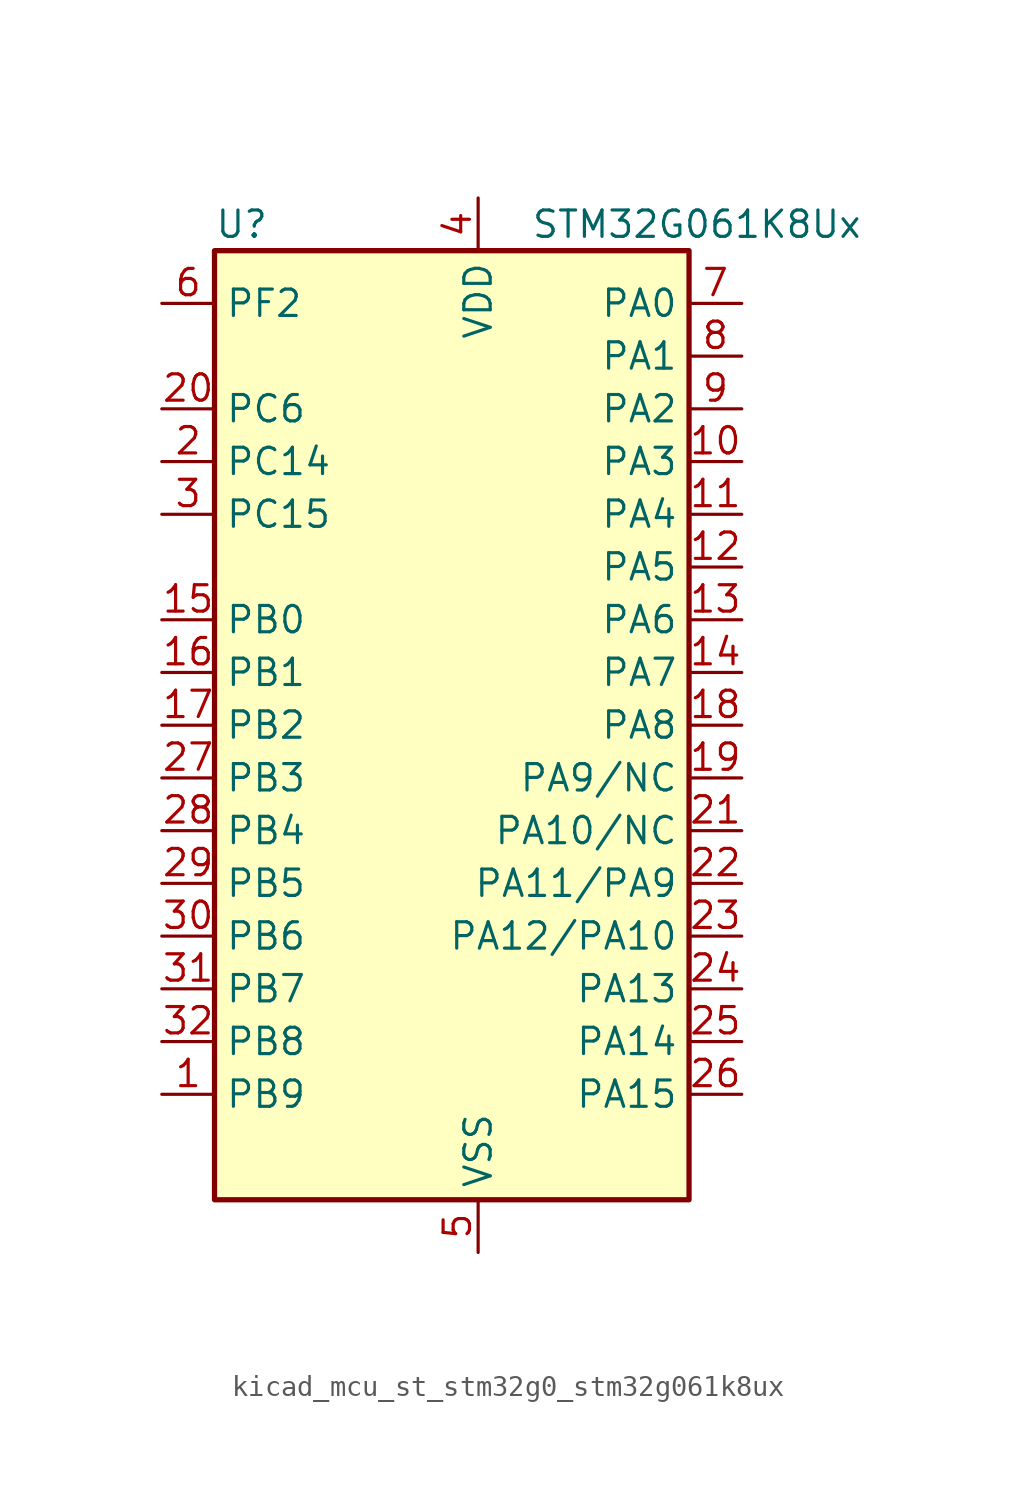
<source format=kicad_sym>
(kicad_symbol_lib
  (version 20220914)
  (generator kicad_symbol_editor)
  (symbol "kicad_mcu_st_stm32g0_stm32g061k8ux"
    (property "Reference" "U"
      (at -10.16 24.13 0)
      (effects (font (size 1.27 1.27)) (justify left)))
    (property "Value" "STM32G061K8Ux"
      (at 5.08 24.13 0)
      (effects (font (size 1.27 1.27)) (justify left)))
    (property "ki_locked" ""
      (at 0 0 0)
      (effects (font (size 1.27 1.27))))
    (symbol "kicad_mcu_st_stm32g0_stm32g061k8ux_0_1"
      (rectangle (start -10.16 -22.86) (end 12.7 22.86) (stroke (width 0.254) (type default)) (fill (type background))))
    (symbol "kicad_mcu_st_stm32g0_stm32g061k8ux_1_1"
      (pin bidirectional line (at -12.7 -17.78 0) (length 2.54) (name "PB9" (effects (font (size 1.27 1.27)))) (number "1" (effects (font (size 1.27 1.27)))) (alternate "DAC1_EXTI9" bidirectional line) (alternate "I2C1_SDA" bidirectional line) (alternate "IR_OUT" bidirectional line) (alternate "SPI2_NSS" bidirectional line) (alternate "TIM17_CH1" bidirectional line))
      (pin bidirectional line (at 15.24 12.7 180) (length 2.54) (name "PA3" (effects (font (size 1.27 1.27)))) (number "10" (effects (font (size 1.27 1.27)))) (alternate "ADC1_IN3" bidirectional line) (alternate "COMP2_INP" bidirectional line) (alternate "LPUART1_RX" bidirectional line) (alternate "SPI2_MISO" bidirectional line) (alternate "TIM15_CH2" bidirectional line) (alternate "TIM2_CH4" bidirectional line) (alternate "USART2_RX" bidirectional line))
      (pin bidirectional line (at 15.24 10.16 180) (length 2.54) (name "PA4" (effects (font (size 1.27 1.27)))) (number "11" (effects (font (size 1.27 1.27)))) (alternate "ADC1_IN4" bidirectional line) (alternate "DAC1_OUT1" bidirectional line) (alternate "I2S1_WS" bidirectional line) (alternate "LPTIM2_OUT" bidirectional line) (alternate "RTC_OUT1" bidirectional line) (alternate "RTC_TAMP_IN1" bidirectional line) (alternate "RTC_TS" bidirectional line) (alternate "SPI1_NSS" bidirectional line) (alternate "SPI2_MOSI" bidirectional line) (alternate "SYS_WKUP2" bidirectional line) (alternate "TIM14_CH1" bidirectional line))
      (pin bidirectional line (at 15.24 7.62 180) (length 2.54) (name "PA5" (effects (font (size 1.27 1.27)))) (number "12" (effects (font (size 1.27 1.27)))) (alternate "ADC1_IN5" bidirectional line) (alternate "DAC1_OUT2" bidirectional line) (alternate "I2S1_CK" bidirectional line) (alternate "LPTIM2_ETR" bidirectional line) (alternate "SPI1_SCK" bidirectional line) (alternate "TIM2_CH1" bidirectional line) (alternate "TIM2_ETR" bidirectional line))
      (pin bidirectional line (at 15.24 5.08 180) (length 2.54) (name "PA6" (effects (font (size 1.27 1.27)))) (number "13" (effects (font (size 1.27 1.27)))) (alternate "ADC1_IN6" bidirectional line) (alternate "COMP1_OUT" bidirectional line) (alternate "I2S1_MCK" bidirectional line) (alternate "LPUART1_CTS" bidirectional line) (alternate "SPI1_MISO" bidirectional line) (alternate "TIM16_CH1" bidirectional line) (alternate "TIM1_BK" bidirectional line) (alternate "TIM3_CH1" bidirectional line))
      (pin bidirectional line (at 15.24 2.54 180) (length 2.54) (name "PA7" (effects (font (size 1.27 1.27)))) (number "14" (effects (font (size 1.27 1.27)))) (alternate "ADC1_IN7" bidirectional line) (alternate "COMP2_OUT" bidirectional line) (alternate "I2S1_SD" bidirectional line) (alternate "SPI1_MOSI" bidirectional line) (alternate "TIM14_CH1" bidirectional line) (alternate "TIM17_CH1" bidirectional line) (alternate "TIM1_CH1N" bidirectional line) (alternate "TIM3_CH2" bidirectional line))
      (pin bidirectional line (at -12.7 5.08 0) (length 2.54) (name "PB0" (effects (font (size 1.27 1.27)))) (number "15" (effects (font (size 1.27 1.27)))) (alternate "ADC1_IN8" bidirectional line) (alternate "COMP1_OUT" bidirectional line) (alternate "I2S1_WS" bidirectional line) (alternate "LPTIM1_OUT" bidirectional line) (alternate "SPI1_NSS" bidirectional line) (alternate "TIM1_CH2N" bidirectional line) (alternate "TIM3_CH3" bidirectional line))
      (pin bidirectional line (at -12.7 2.54 0) (length 2.54) (name "PB1" (effects (font (size 1.27 1.27)))) (number "16" (effects (font (size 1.27 1.27)))) (alternate "ADC1_IN9" bidirectional line) (alternate "COMP1_INM" bidirectional line) (alternate "LPTIM2_IN1" bidirectional line) (alternate "LPUART1_DE" bidirectional line) (alternate "LPUART1_RTS" bidirectional line) (alternate "TIM14_CH1" bidirectional line) (alternate "TIM1_CH3N" bidirectional line) (alternate "TIM3_CH4" bidirectional line))
      (pin bidirectional line (at -12.7 0 0) (length 2.54) (name "PB2" (effects (font (size 1.27 1.27)))) (number "17" (effects (font (size 1.27 1.27)))) (alternate "ADC1_IN10" bidirectional line) (alternate "COMP1_INP" bidirectional line) (alternate "LPTIM1_OUT" bidirectional line) (alternate "SPI2_MISO" bidirectional line))
      (pin bidirectional line (at 15.24 0 180) (length 2.54) (name "PA8" (effects (font (size 1.27 1.27)))) (number "18" (effects (font (size 1.27 1.27)))) (alternate "LPTIM2_OUT" bidirectional line) (alternate "RCC_MCO" bidirectional line) (alternate "SPI2_NSS" bidirectional line) (alternate "TIM1_CH1" bidirectional line))
      (pin bidirectional line (at 15.24 -2.54 180) (length 2.54) (name "PA9/NC" (effects (font (size 1.27 1.27)))) (number "19" (effects (font (size 1.27 1.27)))) (alternate "DAC1_EXTI9" bidirectional line) (alternate "I2C1_SCL" bidirectional line) (alternate "RCC_MCO" bidirectional line) (alternate "SPI2_MISO" bidirectional line) (alternate "TIM15_BK" bidirectional line) (alternate "TIM1_CH2" bidirectional line) (alternate "USART1_TX" bidirectional line))
      (pin bidirectional line (at -12.7 12.7 0) (length 2.54) (name "PC14" (effects (font (size 1.27 1.27)))) (number "2" (effects (font (size 1.27 1.27)))) (alternate "RCC_OSC32_IN" bidirectional line) (alternate "RCC_OSC_IN" bidirectional line) (alternate "TIM1_BK2" bidirectional line))
      (pin bidirectional line (at -12.7 15.24 0) (length 2.54) (name "PC6" (effects (font (size 1.27 1.27)))) (number "20" (effects (font (size 1.27 1.27)))) (alternate "TIM2_CH3" bidirectional line) (alternate "TIM3_CH1" bidirectional line))
      (pin bidirectional line (at 15.24 -5.08 180) (length 2.54) (name "PA10/NC" (effects (font (size 1.27 1.27)))) (number "21" (effects (font (size 1.27 1.27)))) (alternate "I2C1_SDA" bidirectional line) (alternate "SPI2_MOSI" bidirectional line) (alternate "TIM17_BK" bidirectional line) (alternate "TIM1_CH3" bidirectional line) (alternate "USART1_RX" bidirectional line))
      (pin bidirectional line (at 15.24 -7.62 180) (length 2.54) (name "PA11/PA9" (effects (font (size 1.27 1.27)))) (number "22" (effects (font (size 1.27 1.27)))) (alternate "ADC1_EXTI11" bidirectional line) (alternate "ADC1_IN15" bidirectional line) (alternate "COMP1_OUT" bidirectional line) (alternate "I2C2_SCL" bidirectional line) (alternate "I2S1_MCK" bidirectional line) (alternate "SPI1_MISO" bidirectional line) (alternate "TIM1_BK2" bidirectional line) (alternate "TIM1_CH4" bidirectional line) (alternate "USART1_CTS" bidirectional line) (alternate "USART1_NSS" bidirectional line))
      (pin bidirectional line (at 15.24 -10.16 180) (length 2.54) (name "PA12/PA10" (effects (font (size 1.27 1.27)))) (number "23" (effects (font (size 1.27 1.27)))) (alternate "ADC1_IN16" bidirectional line) (alternate "COMP2_OUT" bidirectional line) (alternate "I2C2_SDA" bidirectional line) (alternate "I2S1_SD" bidirectional line) (alternate "I2S_CKIN" bidirectional line) (alternate "SPI1_MOSI" bidirectional line) (alternate "TIM1_ETR" bidirectional line) (alternate "USART1_CK" bidirectional line) (alternate "USART1_DE" bidirectional line) (alternate "USART1_RTS" bidirectional line))
      (pin bidirectional line (at 15.24 -12.7 180) (length 2.54) (name "PA13" (effects (font (size 1.27 1.27)))) (number "24" (effects (font (size 1.27 1.27)))) (alternate "ADC1_IN17" bidirectional line) (alternate "IR_OUT" bidirectional line) (alternate "SYS_SWDIO" bidirectional line))
      (pin bidirectional line (at 15.24 -15.24 180) (length 2.54) (name "PA14" (effects (font (size 1.27 1.27)))) (number "25" (effects (font (size 1.27 1.27)))) (alternate "ADC1_IN18" bidirectional line) (alternate "SYS_SWCLK" bidirectional line) (alternate "USART2_TX" bidirectional line))
      (pin bidirectional line (at 15.24 -17.78 180) (length 2.54) (name "PA15" (effects (font (size 1.27 1.27)))) (number "26" (effects (font (size 1.27 1.27)))) (alternate "I2S1_WS" bidirectional line) (alternate "SPI1_NSS" bidirectional line) (alternate "TIM2_CH1" bidirectional line) (alternate "TIM2_ETR" bidirectional line) (alternate "USART2_RX" bidirectional line))
      (pin bidirectional line (at -12.7 -2.54 0) (length 2.54) (name "PB3" (effects (font (size 1.27 1.27)))) (number "27" (effects (font (size 1.27 1.27)))) (alternate "COMP2_INM" bidirectional line) (alternate "I2S1_CK" bidirectional line) (alternate "SPI1_SCK" bidirectional line) (alternate "TIM1_CH2" bidirectional line) (alternate "TIM2_CH2" bidirectional line) (alternate "USART1_CK" bidirectional line) (alternate "USART1_DE" bidirectional line) (alternate "USART1_RTS" bidirectional line))
      (pin bidirectional line (at -12.7 -5.08 0) (length 2.54) (name "PB4" (effects (font (size 1.27 1.27)))) (number "28" (effects (font (size 1.27 1.27)))) (alternate "COMP2_INP" bidirectional line) (alternate "I2S1_MCK" bidirectional line) (alternate "SPI1_MISO" bidirectional line) (alternate "TIM17_BK" bidirectional line) (alternate "TIM3_CH1" bidirectional line) (alternate "USART1_CTS" bidirectional line) (alternate "USART1_NSS" bidirectional line))
      (pin bidirectional line (at -12.7 -7.62 0) (length 2.54) (name "PB5" (effects (font (size 1.27 1.27)))) (number "29" (effects (font (size 1.27 1.27)))) (alternate "COMP2_OUT" bidirectional line) (alternate "I2C1_SMBA" bidirectional line) (alternate "I2S1_SD" bidirectional line) (alternate "LPTIM1_IN1" bidirectional line) (alternate "SPI1_MOSI" bidirectional line) (alternate "SYS_WKUP6" bidirectional line) (alternate "TIM16_BK" bidirectional line) (alternate "TIM3_CH2" bidirectional line))
      (pin bidirectional line (at -12.7 10.16 0) (length 2.54) (name "PC15" (effects (font (size 1.27 1.27)))) (number "3" (effects (font (size 1.27 1.27)))) (alternate "RCC_OSC32_EN" bidirectional line) (alternate "RCC_OSC32_OUT" bidirectional line) (alternate "RCC_OSC_EN" bidirectional line) (alternate "TIM15_BK" bidirectional line))
      (pin bidirectional line (at -12.7 -10.16 0) (length 2.54) (name "PB6" (effects (font (size 1.27 1.27)))) (number "30" (effects (font (size 1.27 1.27)))) (alternate "COMP2_INP" bidirectional line) (alternate "I2C1_SCL" bidirectional line) (alternate "LPTIM1_ETR" bidirectional line) (alternate "SPI2_MISO" bidirectional line) (alternate "TIM16_CH1N" bidirectional line) (alternate "TIM1_CH3" bidirectional line) (alternate "USART1_TX" bidirectional line))
      (pin bidirectional line (at -12.7 -12.7 0) (length 2.54) (name "PB7" (effects (font (size 1.27 1.27)))) (number "31" (effects (font (size 1.27 1.27)))) (alternate "ADC1_IN11" bidirectional line) (alternate "COMP2_INM" bidirectional line) (alternate "I2C1_SDA" bidirectional line) (alternate "LPTIM1_IN2" bidirectional line) (alternate "SPI2_MOSI" bidirectional line) (alternate "SYS_PVD_IN" bidirectional line) (alternate "TIM17_CH1N" bidirectional line) (alternate "USART1_RX" bidirectional line))
      (pin bidirectional line (at -12.7 -15.24 0) (length 2.54) (name "PB8" (effects (font (size 1.27 1.27)))) (number "32" (effects (font (size 1.27 1.27)))) (alternate "I2C1_SCL" bidirectional line) (alternate "SPI2_SCK" bidirectional line) (alternate "TIM15_BK" bidirectional line) (alternate "TIM16_CH1" bidirectional line))
      (pin passive line (at 2.54 -25.4 90) (length 2.54) hide (name "VSS" (effects (font (size 1.27 1.27)))) (number "33" (effects (font (size 1.27 1.27)))))
      (pin power_in line (at 2.54 25.4 270) (length 2.54) (name "VDD" (effects (font (size 1.27 1.27)))) (number "4" (effects (font (size 1.27 1.27)))))
      (pin power_in line (at 2.54 -25.4 90) (length 2.54) (name "VSS" (effects (font (size 1.27 1.27)))) (number "5" (effects (font (size 1.27 1.27)))))
      (pin bidirectional line (at -12.7 20.32 0) (length 2.54) (name "PF2" (effects (font (size 1.27 1.27)))) (number "6" (effects (font (size 1.27 1.27)))) (alternate "RCC_MCO" bidirectional line))
      (pin bidirectional line (at 15.24 20.32 180) (length 2.54) (name "PA0" (effects (font (size 1.27 1.27)))) (number "7" (effects (font (size 1.27 1.27)))) (alternate "ADC1_IN0" bidirectional line) (alternate "COMP1_INM" bidirectional line) (alternate "COMP1_OUT" bidirectional line) (alternate "LPTIM1_OUT" bidirectional line) (alternate "RTC_TAMP_IN2" bidirectional line) (alternate "SPI2_SCK" bidirectional line) (alternate "SYS_WKUP1" bidirectional line) (alternate "TIM2_CH1" bidirectional line) (alternate "TIM2_ETR" bidirectional line) (alternate "USART2_CTS" bidirectional line) (alternate "USART2_NSS" bidirectional line))
      (pin bidirectional line (at 15.24 17.78 180) (length 2.54) (name "PA1" (effects (font (size 1.27 1.27)))) (number "8" (effects (font (size 1.27 1.27)))) (alternate "ADC1_IN1" bidirectional line) (alternate "COMP1_INP" bidirectional line) (alternate "I2C1_SMBA" bidirectional line) (alternate "I2S1_CK" bidirectional line) (alternate "SPI1_SCK" bidirectional line) (alternate "TIM15_CH1N" bidirectional line) (alternate "TIM2_CH2" bidirectional line) (alternate "USART2_CK" bidirectional line) (alternate "USART2_DE" bidirectional line) (alternate "USART2_RTS" bidirectional line))
      (pin bidirectional line (at 15.24 15.24 180) (length 2.54) (name "PA2" (effects (font (size 1.27 1.27)))) (number "9" (effects (font (size 1.27 1.27)))) (alternate "ADC1_IN2" bidirectional line) (alternate "COMP2_INM" bidirectional line) (alternate "COMP2_OUT" bidirectional line) (alternate "I2S1_SD" bidirectional line) (alternate "LPUART1_TX" bidirectional line) (alternate "RCC_LSCO" bidirectional line) (alternate "SPI1_MOSI" bidirectional line) (alternate "SYS_WKUP4" bidirectional line) (alternate "TIM15_CH1" bidirectional line) (alternate "TIM2_CH3" bidirectional line) (alternate "USART2_TX" bidirectional line)))))
</source>
